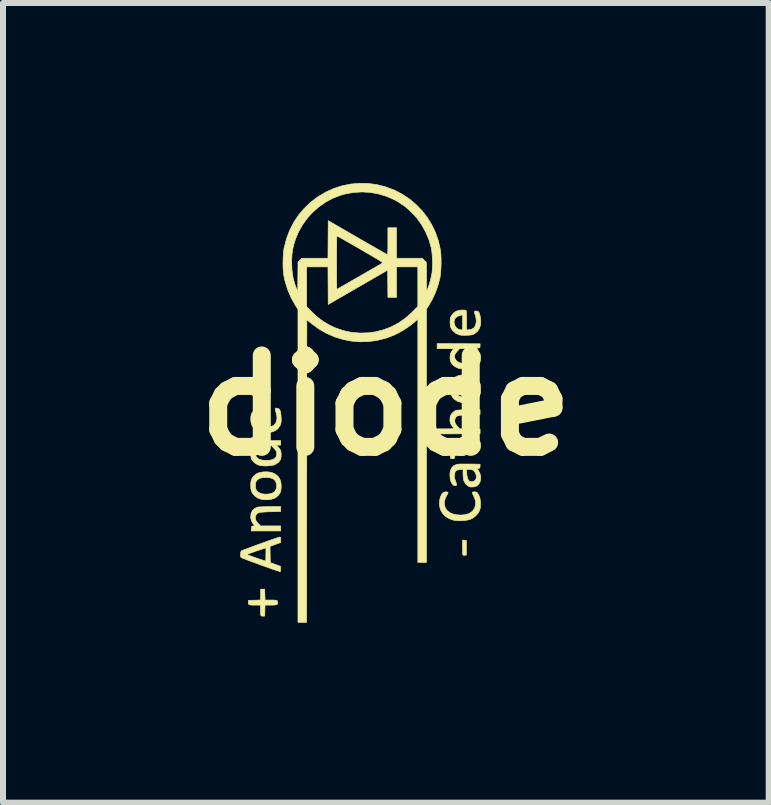
<source format=kicad_pcb>
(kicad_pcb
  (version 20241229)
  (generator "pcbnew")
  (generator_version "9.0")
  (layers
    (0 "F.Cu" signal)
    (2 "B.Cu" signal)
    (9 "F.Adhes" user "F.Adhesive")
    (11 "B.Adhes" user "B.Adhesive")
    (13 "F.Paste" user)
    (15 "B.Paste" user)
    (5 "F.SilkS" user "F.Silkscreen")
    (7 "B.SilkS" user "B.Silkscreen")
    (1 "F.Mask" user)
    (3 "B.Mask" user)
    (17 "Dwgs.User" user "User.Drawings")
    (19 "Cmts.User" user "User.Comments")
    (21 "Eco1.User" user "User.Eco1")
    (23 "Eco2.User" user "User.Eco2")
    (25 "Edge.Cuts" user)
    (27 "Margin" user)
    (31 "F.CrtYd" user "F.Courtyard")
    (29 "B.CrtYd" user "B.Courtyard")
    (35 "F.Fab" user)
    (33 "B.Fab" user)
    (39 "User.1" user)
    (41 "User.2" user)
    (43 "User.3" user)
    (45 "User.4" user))
  (footprint "diode"
    (layer "F.Cu")
    (at 3.382 3.71)
    (property "Reference" "diode" (at 0 0 0) (layer "F.SilkS") (effects (font (size 1.524 1.524) (thickness 0.3))))
    (attr through_hole)
    (fp_poly (pts (xy 1.31 2.245) (xy 1.342 2.248) (xy 1.342 2.493) (xy 1.316 2.496) (xy 1.296 2.496) (xy 1.285 2.492) (xy 1.282 2.482) (xy 1.281 2.458) (xy 1.279 2.424) (xy 1.279 2.382) (xy 1.278 2.365) (xy 1.278 2.243) (xy 1.31 2.245)) (stroke (width 0.01) (type solid)) (fill yes) (layer "F.SilkS"))
    (fp_poly (pts (xy -2.014 3.243) (xy -1.914 3.243) (xy -1.869 3.243) (xy -1.838 3.245) (xy -1.819 3.249) (xy -1.809 3.256) (xy -1.804 3.269) (xy -1.803 3.287) (xy -1.803 3.288) (xy -1.805 3.304) (xy -1.813 3.315) (xy -1.828 3.322) (xy -1.854 3.326) (xy -1.893 3.327) (xy -1.919 3.327) (xy -2.014 3.327) (xy -2.019 3.509) (xy -2.045 3.512) (xy -2.066 3.51) (xy -2.081 3.504) (xy -2.087 3.489) (xy -2.09 3.457) (xy -2.091 3.41) (xy -2.091 3.327) (xy -2.183 3.327) (xy -2.229 3.327) (xy -2.261 3.324) (xy -2.281 3.318) (xy -2.291 3.307) (xy -2.294 3.291) (xy -2.293 3.275) (xy -2.29 3.247) (xy -2.191 3.245) (xy -2.092 3.242) (xy -2.089 3.151) (xy -2.087 3.061) (xy -2.019 3.061) (xy -2.014 3.243)) (stroke (width 0.01) (type solid)) (fill yes) (layer "F.SilkS"))
    (fp_poly (pts (xy -1.753 1.767) (xy -1.924 1.771) (xy -1.99 1.773) (xy -2.041 1.776) (xy -2.08 1.779) (xy -2.109 1.785) (xy -2.13 1.792) (xy -2.145 1.802) (xy -2.158 1.815) (xy -2.163 1.822) (xy -2.173 1.849) (xy -2.175 1.883) (xy -2.168 1.913) (xy -2.166 1.916) (xy -2.155 1.932) (xy -2.137 1.955) (xy -2.122 1.971) (xy -2.088 2.007) (xy -1.753 2.007) (xy -1.753 2.091) (xy -2.245 2.091) (xy -2.242 2.051) (xy -2.24 2.027) (xy -2.235 2.014) (xy -2.223 2.01) (xy -2.212 2.008) (xy -2.184 2.005) (xy -2.207 1.979) (xy -2.236 1.933) (xy -2.251 1.882) (xy -2.253 1.849) (xy -2.246 1.796) (xy -2.225 1.752) (xy -2.191 1.719) (xy -2.145 1.696) (xy -2.138 1.694) (xy -2.118 1.691) (xy -2.084 1.689) (xy -2.04 1.687) (xy -1.986 1.685) (xy -1.928 1.685) (xy -1.753 1.685) (xy -1.753 1.767)) (stroke (width 0.01) (type solid)) (fill yes) (layer "F.SilkS"))
    (fp_poly (pts (xy 1.571 0.148) (xy 1.401 0.153) (xy 1.333 0.156) (xy 1.279 0.159) (xy 1.239 0.163) (xy 1.209 0.169) (xy 1.187 0.178) (xy 1.172 0.189) (xy 1.161 0.204) (xy 1.155 0.217) (xy 1.147 0.255) (xy 1.155 0.293) (xy 1.18 0.332) (xy 1.198 0.352) (xy 1.235 0.389) (xy 1.403 0.391) (xy 1.571 0.394) (xy 1.571 0.47) (xy 1.213 0.472) (xy 0.856 0.474) (xy 0.85 0.453) (xy 0.848 0.428) (xy 0.85 0.411) (xy 0.855 0.389) (xy 0.995 0.389) (xy 1.041 0.389) (xy 1.081 0.388) (xy 1.112 0.387) (xy 1.13 0.386) (xy 1.135 0.384) (xy 1.13 0.375) (xy 1.117 0.359) (xy 1.112 0.353) (xy 1.082 0.305) (xy 1.068 0.255) (xy 1.07 0.199) (xy 1.075 0.177) (xy 1.09 0.148) (xy 1.114 0.119) (xy 1.143 0.094) (xy 1.172 0.079) (xy 1.175 0.079) (xy 1.19 0.077) (xy 1.219 0.075) (xy 1.26 0.073) (xy 1.309 0.073) (xy 1.363 0.072) (xy 1.384 0.072) (xy 1.571 0.072) (xy 1.571 0.148)) (stroke (width 0.01) (type solid)) (fill yes) (layer "F.SilkS"))
    (fp_poly (pts (xy 1.548 0.587) (xy 1.564 0.597) (xy 1.574 0.617) (xy 1.579 0.644) (xy 1.579 0.694) (xy 1.566 0.739) (xy 1.541 0.775) (xy 1.514 0.8) (xy 1.333 0.803) (xy 1.152 0.805) (xy 1.15 0.845) (xy 1.148 0.869) (xy 1.142 0.881) (xy 1.131 0.886) (xy 1.117 0.887) (xy 1.096 0.887) (xy 1.082 0.884) (xy 1.081 0.884) (xy 1.078 0.872) (xy 1.075 0.85) (xy 1.075 0.841) (xy 1.075 0.804) (xy 1.016 0.804) (xy 0.985 0.804) (xy 0.967 0.802) (xy 0.957 0.797) (xy 0.953 0.787) (xy 0.952 0.783) (xy 0.95 0.758) (xy 0.952 0.741) (xy 0.956 0.73) (xy 0.963 0.723) (xy 0.978 0.72) (xy 1.005 0.72) (xy 1.016 0.72) (xy 1.075 0.72) (xy 1.077 0.654) (xy 1.079 0.588) (xy 1.147 0.588) (xy 1.15 0.654) (xy 1.152 0.72) (xy 1.3 0.72) (xy 1.358 0.719) (xy 1.402 0.718) (xy 1.433 0.716) (xy 1.455 0.713) (xy 1.47 0.708) (xy 1.473 0.707) (xy 1.496 0.687) (xy 1.505 0.658) (xy 1.499 0.625) (xy 1.492 0.601) (xy 1.493 0.589) (xy 1.505 0.585) (xy 1.523 0.584) (xy 1.548 0.587)) (stroke (width 0.01) (type solid)) (fill yes) (layer "F.SilkS"))
    (fp_poly (pts (xy 1.503 1.441) (xy 1.519 1.449) (xy 1.532 1.464) (xy 1.555 1.505) (xy 1.57 1.552) (xy 1.577 1.608) (xy 1.578 1.638) (xy 1.577 1.681) (xy 1.573 1.712) (xy 1.566 1.739) (xy 1.558 1.759) (xy 1.53 1.805) (xy 1.489 1.847) (xy 1.44 1.882) (xy 1.407 1.897) (xy 1.367 1.908) (xy 1.316 1.916) (xy 1.26 1.92) (xy 1.204 1.92) (xy 1.153 1.916) (xy 1.12 1.909) (xy 1.048 1.883) (xy 0.99 1.846) (xy 0.946 1.799) (xy 0.914 1.742) (xy 0.901 1.701) (xy 0.891 1.637) (xy 0.897 1.572) (xy 0.911 1.522) (xy 0.93 1.48) (xy 0.954 1.453) (xy 0.983 1.441) (xy 0.998 1.439) (xy 1.021 1.441) (xy 1.036 1.447) (xy 1.037 1.448) (xy 1.036 1.46) (xy 1.027 1.479) (xy 1.021 1.489) (xy 0.992 1.543) (xy 0.977 1.599) (xy 0.976 1.652) (xy 0.99 1.702) (xy 1.017 1.745) (xy 1.058 1.78) (xy 1.071 1.788) (xy 1.125 1.81) (xy 1.187 1.822) (xy 1.252 1.826) (xy 1.316 1.82) (xy 1.373 1.806) (xy 1.395 1.796) (xy 1.44 1.764) (xy 1.473 1.723) (xy 1.492 1.674) (xy 1.497 1.621) (xy 1.488 1.564) (xy 1.465 1.51) (xy 1.449 1.477) (xy 1.441 1.457) (xy 1.443 1.445) (xy 1.456 1.44) (xy 1.477 1.439) (xy 1.503 1.441)) (stroke (width 0.01) (type solid)) (fill yes) (layer "F.SilkS"))
    (fp_poly (pts (xy -1.925 1.111) (xy -1.892 1.12) (xy -1.836 1.147) (xy -1.794 1.184) (xy -1.765 1.231) (xy -1.748 1.29) (xy -1.744 1.344) (xy -1.746 1.384) (xy -1.75 1.419) (xy -1.756 1.442) (xy -1.782 1.486) (xy -1.821 1.524) (xy -1.863 1.549) (xy -1.907 1.562) (xy -1.961 1.57) (xy -2.017 1.571) (xy -2.068 1.566) (xy -2.08 1.563) (xy -2.138 1.541) (xy -2.186 1.507) (xy -2.223 1.464) (xy -2.243 1.421) (xy -2.25 1.387) (xy -2.253 1.344) (xy -2.252 1.324) (xy -2.174 1.324) (xy -2.173 1.373) (xy -2.16 1.411) (xy -2.136 1.439) (xy -2.097 1.461) (xy -2.067 1.47) (xy -2.027 1.477) (xy -1.98 1.477) (xy -1.934 1.472) (xy -1.896 1.461) (xy -1.888 1.458) (xy -1.852 1.432) (xy -1.83 1.395) (xy -1.821 1.348) (xy -1.82 1.339) (xy -1.827 1.29) (xy -1.846 1.251) (xy -1.878 1.224) (xy -1.923 1.206) (xy -1.981 1.199) (xy -1.994 1.199) (xy -2.048 1.201) (xy -2.09 1.21) (xy -2.123 1.225) (xy -2.147 1.245) (xy -2.161 1.263) (xy -2.169 1.282) (xy -2.173 1.31) (xy -2.174 1.324) (xy -2.252 1.324) (xy -2.252 1.298) (xy -2.247 1.258) (xy -2.244 1.247) (xy -2.226 1.206) (xy -2.194 1.168) (xy -2.154 1.137) (xy -2.132 1.126) (xy -2.088 1.113) (xy -2.035 1.106) (xy -1.978 1.105) (xy -1.925 1.111)) (stroke (width 0.01) (type solid)) (fill yes) (layer "F.SilkS"))
    (fp_poly (pts (xy 1.389 -0.508) (xy 1.426 -0.5) (xy 1.435 -0.496) (xy 1.488 -0.468) (xy 1.528 -0.433) (xy 1.555 -0.395) (xy 1.567 -0.372) (xy 1.574 -0.351) (xy 1.578 -0.327) (xy 1.579 -0.294) (xy 1.579 -0.275) (xy 1.578 -0.234) (xy 1.575 -0.205) (xy 1.569 -0.18) (xy 1.559 -0.158) (xy 1.53 -0.116) (xy 1.489 -0.082) (xy 1.443 -0.06) (xy 1.44 -0.059) (xy 1.404 -0.052) (xy 1.36 -0.048) (xy 1.314 -0.046) (xy 1.274 -0.048) (xy 1.255 -0.051) (xy 1.193 -0.071) (xy 1.142 -0.103) (xy 1.105 -0.146) (xy 1.08 -0.2) (xy 1.069 -0.263) (xy 1.07 -0.294) (xy 1.143 -0.294) (xy 1.146 -0.252) (xy 1.162 -0.211) (xy 1.188 -0.179) (xy 1.222 -0.158) (xy 1.266 -0.144) (xy 1.317 -0.139) (xy 1.369 -0.142) (xy 1.419 -0.154) (xy 1.435 -0.16) (xy 1.47 -0.184) (xy 1.493 -0.217) (xy 1.505 -0.256) (xy 1.505 -0.297) (xy 1.493 -0.338) (xy 1.467 -0.374) (xy 1.458 -0.383) (xy 1.42 -0.404) (xy 1.373 -0.417) (xy 1.321 -0.421) (xy 1.269 -0.415) (xy 1.22 -0.4) (xy 1.21 -0.395) (xy 1.176 -0.369) (xy 1.153 -0.334) (xy 1.143 -0.294) (xy 1.07 -0.294) (xy 1.071 -0.329) (xy 1.086 -0.387) (xy 1.114 -0.435) (xy 1.155 -0.472) (xy 1.205 -0.497) (xy 1.244 -0.506) (xy 1.292 -0.511) (xy 1.342 -0.511) (xy 1.389 -0.508)) (stroke (width 0.01) (type solid)) (fill yes) (layer "F.SilkS"))
    (fp_poly (pts (xy -1.753 0.66) (xy -1.824 0.66) (xy -1.798 0.688) (xy -1.769 0.723) (xy -1.752 0.756) (xy -1.745 0.795) (xy -1.746 0.835) (xy -1.748 0.869) (xy -1.753 0.893) (xy -1.763 0.912) (xy -1.774 0.929) (xy -1.798 0.952) (xy -1.828 0.974) (xy -1.842 0.982) (xy -1.878 0.995) (xy -1.926 1.003) (xy -1.98 1.007) (xy -2.034 1.007) (xy -2.085 1.001) (xy -2.124 0.992) (xy -2.168 0.97) (xy -2.206 0.939) (xy -2.234 0.903) (xy -2.24 0.891) (xy -2.247 0.868) (xy -2.251 0.836) (xy -2.252 0.821) (xy -2.175 0.821) (xy -2.16 0.855) (xy -2.13 0.884) (xy -2.105 0.898) (xy -2.073 0.907) (xy -2.032 0.913) (xy -1.985 0.914) (xy -1.94 0.912) (xy -1.902 0.905) (xy -1.901 0.905) (xy -1.873 0.893) (xy -1.847 0.874) (xy -1.844 0.872) (xy -1.829 0.854) (xy -1.822 0.834) (xy -1.82 0.805) (xy -1.82 0.804) (xy -1.821 0.781) (xy -1.826 0.763) (xy -1.836 0.746) (xy -1.855 0.725) (xy -1.864 0.715) (xy -1.907 0.669) (xy -2.091 0.669) (xy -2.125 0.703) (xy -2.158 0.744) (xy -2.174 0.783) (xy -2.175 0.821) (xy -2.252 0.821) (xy -2.252 0.81) (xy -2.251 0.777) (xy -2.246 0.753) (xy -2.234 0.729) (xy -2.223 0.712) (xy -2.194 0.669) (xy -2.468 0.665) (xy -2.468 0.588) (xy -2.11 0.586) (xy -1.753 0.584) (xy -1.753 0.66)) (stroke (width 0.01) (type solid)) (fill yes) (layer "F.SilkS"))
    (fp_poly (pts (xy 1.213 -1.031) (xy 1.571 -1.029) (xy 1.571 -0.995) (xy 1.57 -0.973) (xy 1.564 -0.963) (xy 1.548 -0.959) (xy 1.539 -0.958) (xy 1.508 -0.956) (xy 1.536 -0.919) (xy 1.565 -0.873) (xy 1.579 -0.829) (xy 1.581 -0.78) (xy 1.581 -0.773) (xy 1.569 -0.722) (xy 1.544 -0.681) (xy 1.504 -0.648) (xy 1.489 -0.639) (xy 1.468 -0.628) (xy 1.45 -0.621) (xy 1.429 -0.617) (xy 1.402 -0.614) (xy 1.365 -0.612) (xy 1.342 -0.612) (xy 1.286 -0.612) (xy 1.245 -0.614) (xy 1.216 -0.619) (xy 1.208 -0.621) (xy 1.16 -0.644) (xy 1.12 -0.674) (xy 1.093 -0.706) (xy 1.076 -0.746) (xy 1.069 -0.791) (xy 1.07 -0.8) (xy 1.147 -0.8) (xy 1.161 -0.765) (xy 1.189 -0.735) (xy 1.226 -0.714) (xy 1.234 -0.711) (xy 1.266 -0.705) (xy 1.307 -0.703) (xy 1.351 -0.704) (xy 1.392 -0.708) (xy 1.425 -0.715) (xy 1.436 -0.719) (xy 1.474 -0.743) (xy 1.498 -0.774) (xy 1.506 -0.809) (xy 1.499 -0.847) (xy 1.477 -0.887) (xy 1.447 -0.918) (xy 1.414 -0.948) (xy 1.229 -0.948) (xy 1.191 -0.906) (xy 1.17 -0.88) (xy 1.154 -0.855) (xy 1.147 -0.838) (xy 1.147 -0.8) (xy 1.07 -0.8) (xy 1.072 -0.837) (xy 1.083 -0.879) (xy 1.103 -0.913) (xy 1.109 -0.919) (xy 1.122 -0.933) (xy 1.126 -0.941) (xy 1.118 -0.944) (xy 1.096 -0.946) (xy 1.063 -0.947) (xy 1.021 -0.948) (xy 0.991 -0.948) (xy 0.855 -0.948) (xy 0.855 -1.033) (xy 1.213 -1.031)) (stroke (width 0.01) (type solid)) (fill yes) (layer "F.SilkS"))
    (fp_poly (pts (xy -2.036 0.027) (xy -1.985 0.03) (xy -1.983 0.193) (xy -1.981 0.356) (xy -1.951 0.356) (xy -1.904 0.348) (xy -1.866 0.328) (xy -1.838 0.296) (xy -1.821 0.254) (xy -1.815 0.204) (xy -1.823 0.147) (xy -1.825 0.14) (xy -1.836 0.098) (xy -1.842 0.07) (xy -1.844 0.054) (xy -1.841 0.045) (xy -1.832 0.043) (xy -1.818 0.044) (xy -1.815 0.044) (xy -1.791 0.05) (xy -1.772 0.066) (xy -1.759 0.093) (xy -1.751 0.133) (xy -1.746 0.188) (xy -1.746 0.2) (xy -1.744 0.241) (xy -1.745 0.27) (xy -1.749 0.293) (xy -1.755 0.314) (xy -1.763 0.333) (xy -1.793 0.379) (xy -1.833 0.414) (xy -1.879 0.436) (xy -1.911 0.443) (xy -1.954 0.447) (xy -2.002 0.448) (xy -2.049 0.446) (xy -2.09 0.441) (xy -2.113 0.435) (xy -2.157 0.413) (xy -2.197 0.379) (xy -2.227 0.34) (xy -2.234 0.328) (xy -2.247 0.288) (xy -2.252 0.24) (xy -2.252 0.232) (xy -2.184 0.232) (xy -2.177 0.271) (xy -2.157 0.306) (xy -2.128 0.335) (xy -2.093 0.352) (xy -2.068 0.356) (xy -2.061 0.355) (xy -2.055 0.352) (xy -2.052 0.343) (xy -2.05 0.327) (xy -2.049 0.3) (xy -2.049 0.261) (xy -2.049 0.232) (xy -2.049 0.108) (xy -2.081 0.114) (xy -2.127 0.129) (xy -2.159 0.153) (xy -2.178 0.188) (xy -2.184 0.232) (xy -2.252 0.232) (xy -2.251 0.191) (xy -2.242 0.146) (xy -2.236 0.131) (xy -2.207 0.087) (xy -2.167 0.055) (xy -2.116 0.034) (xy -2.057 0.027) (xy -2.036 0.027)) (stroke (width 0.01) (type solid)) (fill yes) (layer "F.SilkS"))
    (fp_poly (pts (xy 1.308 -1.591) (xy 1.329 -1.588) (xy 1.339 -1.582) (xy 1.341 -1.578) (xy 1.343 -1.566) (xy 1.344 -1.539) (xy 1.345 -1.502) (xy 1.346 -1.457) (xy 1.346 -1.412) (xy 1.346 -1.259) (xy 1.389 -1.264) (xy 1.436 -1.275) (xy 1.471 -1.298) (xy 1.494 -1.334) (xy 1.505 -1.382) (xy 1.507 -1.41) (xy 1.504 -1.448) (xy 1.496 -1.488) (xy 1.49 -1.507) (xy 1.479 -1.54) (xy 1.475 -1.56) (xy 1.478 -1.57) (xy 1.49 -1.574) (xy 1.507 -1.575) (xy 1.529 -1.572) (xy 1.545 -1.562) (xy 1.557 -1.543) (xy 1.567 -1.511) (xy 1.575 -1.475) (xy 1.583 -1.402) (xy 1.577 -1.337) (xy 1.557 -1.28) (xy 1.524 -1.233) (xy 1.478 -1.196) (xy 1.465 -1.189) (xy 1.439 -1.18) (xy 1.402 -1.174) (xy 1.357 -1.171) (xy 1.311 -1.17) (xy 1.267 -1.171) (xy 1.232 -1.176) (xy 1.217 -1.18) (xy 1.16 -1.208) (xy 1.116 -1.247) (xy 1.095 -1.276) (xy 1.083 -1.298) (xy 1.076 -1.319) (xy 1.072 -1.343) (xy 1.071 -1.378) (xy 1.071 -1.389) (xy 1.071 -1.39) (xy 1.137 -1.39) (xy 1.146 -1.346) (xy 1.15 -1.335) (xy 1.173 -1.3) (xy 1.207 -1.275) (xy 1.245 -1.263) (xy 1.255 -1.262) (xy 1.278 -1.262) (xy 1.278 -1.509) (xy 1.247 -1.503) (xy 1.199 -1.488) (xy 1.164 -1.463) (xy 1.143 -1.43) (xy 1.137 -1.39) (xy 1.071 -1.39) (xy 1.072 -1.426) (xy 1.074 -1.452) (xy 1.08 -1.472) (xy 1.09 -1.493) (xy 1.097 -1.503) (xy 1.131 -1.545) (xy 1.176 -1.574) (xy 1.231 -1.589) (xy 1.274 -1.592) (xy 1.308 -1.591)) (stroke (width 0.01) (type solid)) (fill yes) (layer "F.SilkS"))
    (fp_poly (pts (xy -1.759 2.195) (xy -1.754 2.205) (xy -1.753 2.226) (xy -1.753 2.239) (xy -1.753 2.284) (xy -1.842 2.316) (xy -1.931 2.348) (xy -1.926 2.618) (xy -1.841 2.649) (xy -1.757 2.68) (xy -1.754 2.724) (xy -1.754 2.75) (xy -1.756 2.764) (xy -1.763 2.768) (xy -1.767 2.768) (xy -1.778 2.765) (xy -1.803 2.757) (xy -1.841 2.744) (xy -1.889 2.728) (xy -1.945 2.708) (xy -2.009 2.685) (xy -2.077 2.661) (xy -2.095 2.654) (xy -2.164 2.629) (xy -2.228 2.605) (xy -2.286 2.584) (xy -2.335 2.565) (xy -2.374 2.55) (xy -2.401 2.54) (xy -2.414 2.534) (xy -2.415 2.533) (xy -2.42 2.519) (xy -2.423 2.494) (xy -2.422 2.484) (xy -2.317 2.484) (xy -2.31 2.487) (xy -2.29 2.495) (xy -2.258 2.507) (xy -2.217 2.521) (xy -2.17 2.538) (xy -2.161 2.541) (xy -2.002 2.595) (xy -2 2.486) (xy -1.999 2.445) (xy -1.999 2.41) (xy -1.999 2.386) (xy -2 2.374) (xy -2 2.374) (xy -2.009 2.376) (xy -2.03 2.383) (xy -2.061 2.393) (xy -2.099 2.406) (xy -2.142 2.42) (xy -2.185 2.435) (xy -2.227 2.45) (xy -2.264 2.463) (xy -2.293 2.474) (xy -2.312 2.481) (xy -2.317 2.484) (xy -2.422 2.484) (xy -2.422 2.466) (xy -2.418 2.442) (xy -2.412 2.426) (xy -2.412 2.426) (xy -2.401 2.42) (xy -2.377 2.41) (xy -2.341 2.396) (xy -2.295 2.379) (xy -2.242 2.359) (xy -2.184 2.337) (xy -2.122 2.315) (xy -2.059 2.292) (xy -1.997 2.27) (xy -1.939 2.249) (xy -1.886 2.231) (xy -1.84 2.215) (xy -1.804 2.203) (xy -1.779 2.195) (xy -1.769 2.193) (xy -1.759 2.195)) (stroke (width 0.01) (type solid)) (fill yes) (layer "F.SilkS"))
    (fp_poly (pts (xy 1.41 0.975) (xy 1.571 0.978) (xy 1.571 1.012) (xy 1.569 1.034) (xy 1.563 1.044) (xy 1.549 1.048) (xy 1.547 1.048) (xy 1.531 1.051) (xy 1.526 1.057) (xy 1.531 1.069) (xy 1.544 1.086) (xy 1.568 1.13) (xy 1.58 1.177) (xy 1.581 1.225) (xy 1.571 1.271) (xy 1.55 1.309) (xy 1.52 1.338) (xy 1.517 1.34) (xy 1.483 1.353) (xy 1.442 1.359) (xy 1.404 1.357) (xy 1.394 1.355) (xy 1.36 1.336) (xy 1.329 1.306) (xy 1.306 1.268) (xy 1.299 1.25) (xy 1.293 1.22) (xy 1.289 1.182) (xy 1.287 1.142) (xy 1.287 1.136) (xy 1.287 1.067) (xy 1.344 1.067) (xy 1.348 1.133) (xy 1.356 1.189) (xy 1.369 1.23) (xy 1.388 1.256) (xy 1.395 1.261) (xy 1.425 1.27) (xy 1.458 1.266) (xy 1.485 1.25) (xy 1.486 1.249) (xy 1.501 1.23) (xy 1.507 1.205) (xy 1.507 1.189) (xy 1.504 1.152) (xy 1.492 1.122) (xy 1.468 1.092) (xy 1.466 1.09) (xy 1.452 1.077) (xy 1.435 1.07) (xy 1.412 1.067) (xy 1.394 1.067) (xy 1.344 1.067) (xy 1.287 1.067) (xy 1.287 1.065) (xy 1.236 1.068) (xy 1.196 1.074) (xy 1.169 1.087) (xy 1.154 1.11) (xy 1.146 1.145) (xy 1.145 1.158) (xy 1.144 1.191) (xy 1.149 1.221) (xy 1.161 1.257) (xy 1.164 1.265) (xy 1.177 1.3) (xy 1.18 1.322) (xy 1.174 1.334) (xy 1.159 1.337) (xy 1.146 1.336) (xy 1.122 1.325) (xy 1.101 1.3) (xy 1.084 1.264) (xy 1.073 1.219) (xy 1.068 1.169) (xy 1.069 1.129) (xy 1.08 1.074) (xy 1.102 1.031) (xy 1.136 1) (xy 1.182 0.982) (xy 1.205 0.978) (xy 1.227 0.976) (xy 1.263 0.975) (xy 1.309 0.975) (xy 1.361 0.975) (xy 1.41 0.975)) (stroke (width 0.01) (type solid)) (fill yes) (layer "F.SilkS"))
    (fp_poly (pts (xy -0.297 -3.702) (xy -0.152 -3.683) (xy -0.008 -3.647) (xy 0.004 -3.643) (xy 0.142 -3.591) (xy 0.271 -3.524) (xy 0.392 -3.444) (xy 0.502 -3.352) (xy 0.602 -3.249) (xy 0.69 -3.136) (xy 0.765 -3.014) (xy 0.827 -2.885) (xy 0.875 -2.748) (xy 0.907 -2.605) (xy 0.911 -2.58) (xy 0.918 -2.515) (xy 0.921 -2.44) (xy 0.921 -2.359) (xy 0.918 -2.279) (xy 0.912 -2.203) (xy 0.904 -2.137) (xy 0.898 -2.111) (xy 0.866 -1.991) (xy 0.822 -1.871) (xy 0.768 -1.758) (xy 0.716 -1.668) (xy 0.677 -1.608) (xy 0.677 2.616) (xy 0.533 2.616) (xy 0.533 -1.443) (xy 0.502 -1.412) (xy 0.44 -1.359) (xy 0.366 -1.305) (xy 0.287 -1.253) (xy 0.205 -1.207) (xy 0.138 -1.174) (xy -0.001 -1.122) (xy -0.143 -1.086) (xy -0.287 -1.066) (xy -0.431 -1.062) (xy -0.574 -1.074) (xy -0.715 -1.101) (xy -0.853 -1.144) (xy -0.987 -1.202) (xy -1.115 -1.275) (xy -1.236 -1.363) (xy -1.249 -1.374) (xy -1.317 -1.431) (xy -1.319 1.092) (xy -1.321 3.615) (xy -1.465 3.615) (xy -1.465 -1.603) (xy -1.506 -1.667) (xy -1.577 -1.792) (xy -1.635 -1.926) (xy -1.679 -2.065) (xy -1.698 -2.151) (xy -1.707 -2.216) (xy -1.713 -2.293) (xy -1.715 -2.376) (xy -1.714 -2.392) (xy -1.57 -2.392) (xy -1.565 -2.26) (xy -1.548 -2.139) (xy -1.519 -2.027) (xy -1.488 -1.944) (xy -1.469 -1.901) (xy -1.467 -2.146) (xy -1.465 -2.311) (xy -1.321 -2.311) (xy -1.321 -1.65) (xy -1.242 -1.569) (xy -1.144 -1.477) (xy -1.041 -1.4) (xy -0.932 -1.336) (xy -0.843 -1.295) (xy -0.709 -1.249) (xy -0.572 -1.22) (xy -0.433 -1.208) (xy -0.293 -1.212) (xy -0.177 -1.228) (xy -0.041 -1.262) (xy 0.088 -1.311) (xy 0.209 -1.375) (xy 0.324 -1.455) (xy 0.432 -1.55) (xy 0.442 -1.56) (xy 0.533 -1.652) (xy 0.533 -2.311) (xy 0.178 -2.311) (xy 0.178 -1.803) (xy 0.034 -1.803) (xy 0.032 -2.03) (xy 0.03 -2.257) (xy -0.466 -1.971) (xy -0.961 -1.685) (xy -0.965 -2.311) (xy -1.321 -2.311) (xy -1.465 -2.311) (xy -1.465 -2.383) (xy -0.821 -2.383) (xy -0.821 -2.298) (xy -0.821 -2.219) (xy -0.821 -2.146) (xy -0.82 -2.082) (xy -0.819 -2.027) (xy -0.819 -1.985) (xy -0.818 -1.955) (xy -0.817 -1.94) (xy -0.816 -1.939) (xy -0.808 -1.943) (xy -0.787 -1.955) (xy -0.754 -1.973) (xy -0.71 -1.998) (xy -0.658 -2.028) (xy -0.597 -2.063) (xy -0.531 -2.101) (xy -0.46 -2.142) (xy -0.442 -2.152) (xy -0.369 -2.194) (xy -0.301 -2.233) (xy -0.238 -2.27) (xy -0.182 -2.302) (xy -0.134 -2.33) (xy -0.097 -2.351) (xy -0.071 -2.367) (xy -0.058 -2.374) (xy -0.057 -2.375) (xy -0.056 -2.378) (xy -0.058 -2.383) (xy -0.067 -2.391) (xy -0.082 -2.402) (xy -0.105 -2.417) (xy -0.137 -2.437) (xy -0.179 -2.462) (xy -0.231 -2.493) (xy -0.296 -2.531) (xy -0.374 -2.576) (xy -0.426 -2.606) (xy -0.5 -2.649) (xy -0.569 -2.689) (xy -0.633 -2.725) (xy -0.689 -2.757) (xy -0.736 -2.784) (xy -0.774 -2.805) (xy -0.8 -2.82) (xy -0.814 -2.827) (xy -0.816 -2.828) (xy -0.817 -2.82) (xy -0.818 -2.796) (xy -0.819 -2.759) (xy -0.819 -2.709) (xy -0.82 -2.649) (xy -0.821 -2.579) (xy -0.821 -2.502) (xy -0.821 -2.419) (xy -0.821 -2.383) (xy -1.465 -2.383) (xy -1.464 -2.391) (xy -1.433 -2.423) (xy -1.402 -2.455) (xy -0.965 -2.455) (xy -0.961 -3.082) (xy -0.476 -2.802) (xy -0.393 -2.754) (xy -0.314 -2.709) (xy -0.24 -2.666) (xy -0.173 -2.628) (xy -0.114 -2.594) (xy -0.064 -2.565) (xy -0.024 -2.543) (xy 0.004 -2.527) (xy 0.019 -2.519) (xy 0.021 -2.518) (xy 0.025 -2.518) (xy 0.028 -2.524) (xy 0.03 -2.537) (xy 0.032 -2.558) (xy 0.033 -2.59) (xy 0.034 -2.635) (xy 0.034 -2.693) (xy 0.034 -2.738) (xy 0.034 -2.963) (xy 0.178 -2.963) (xy 0.178 -2.455) (xy 0.606 -2.455) (xy 0.642 -2.419) (xy 0.677 -2.383) (xy 0.678 -2.142) (xy 0.678 -1.901) (xy 0.699 -1.952) (xy 0.719 -2.007) (xy 0.739 -2.073) (xy 0.756 -2.143) (xy 0.769 -2.21) (xy 0.771 -2.225) (xy 0.775 -2.272) (xy 0.777 -2.329) (xy 0.777 -2.393) (xy 0.775 -2.46) (xy 0.771 -2.524) (xy 0.765 -2.58) (xy 0.758 -2.624) (xy 0.758 -2.625) (xy 0.72 -2.759) (xy 0.667 -2.887) (xy 0.6 -3.008) (xy 0.521 -3.12) (xy 0.429 -3.221) (xy 0.327 -3.312) (xy 0.214 -3.389) (xy 0.146 -3.428) (xy 0.016 -3.485) (xy -0.118 -3.526) (xy -0.255 -3.552) (xy -0.393 -3.56) (xy -0.531 -3.553) (xy -0.669 -3.529) (xy -0.758 -3.504) (xy -0.884 -3.455) (xy -1.004 -3.391) (xy -1.115 -3.313) (xy -1.218 -3.224) (xy -1.309 -3.123) (xy -1.389 -3.012) (xy -1.456 -2.894) (xy -1.506 -2.774) (xy -1.533 -2.689) (xy -1.552 -2.608) (xy -1.564 -2.525) (xy -1.569 -2.434) (xy -1.57 -2.392) (xy -1.714 -2.392) (xy -1.713 -2.46) (xy -1.708 -2.54) (xy -1.699 -2.611) (xy -1.695 -2.631) (xy -1.657 -2.778) (xy -1.605 -2.917) (xy -1.538 -3.049) (xy -1.457 -3.172) (xy -1.362 -3.284) (xy -1.256 -3.387) (xy -1.136 -3.478) (xy -1.131 -3.481) (xy -1.003 -3.557) (xy -0.869 -3.618) (xy -0.73 -3.663) (xy -0.587 -3.692) (xy -0.443 -3.705) (xy -0.297 -3.702)) (stroke (width 0.01) (type solid)) (fill yes) (layer "F.SilkS")))
  (gr_rect
    (start -3 -3)
    (end 9.764 10.33)
    (stroke (width 0.1) (type default))
    (fill no)
    (layer "Edge.Cuts")))
</source>
